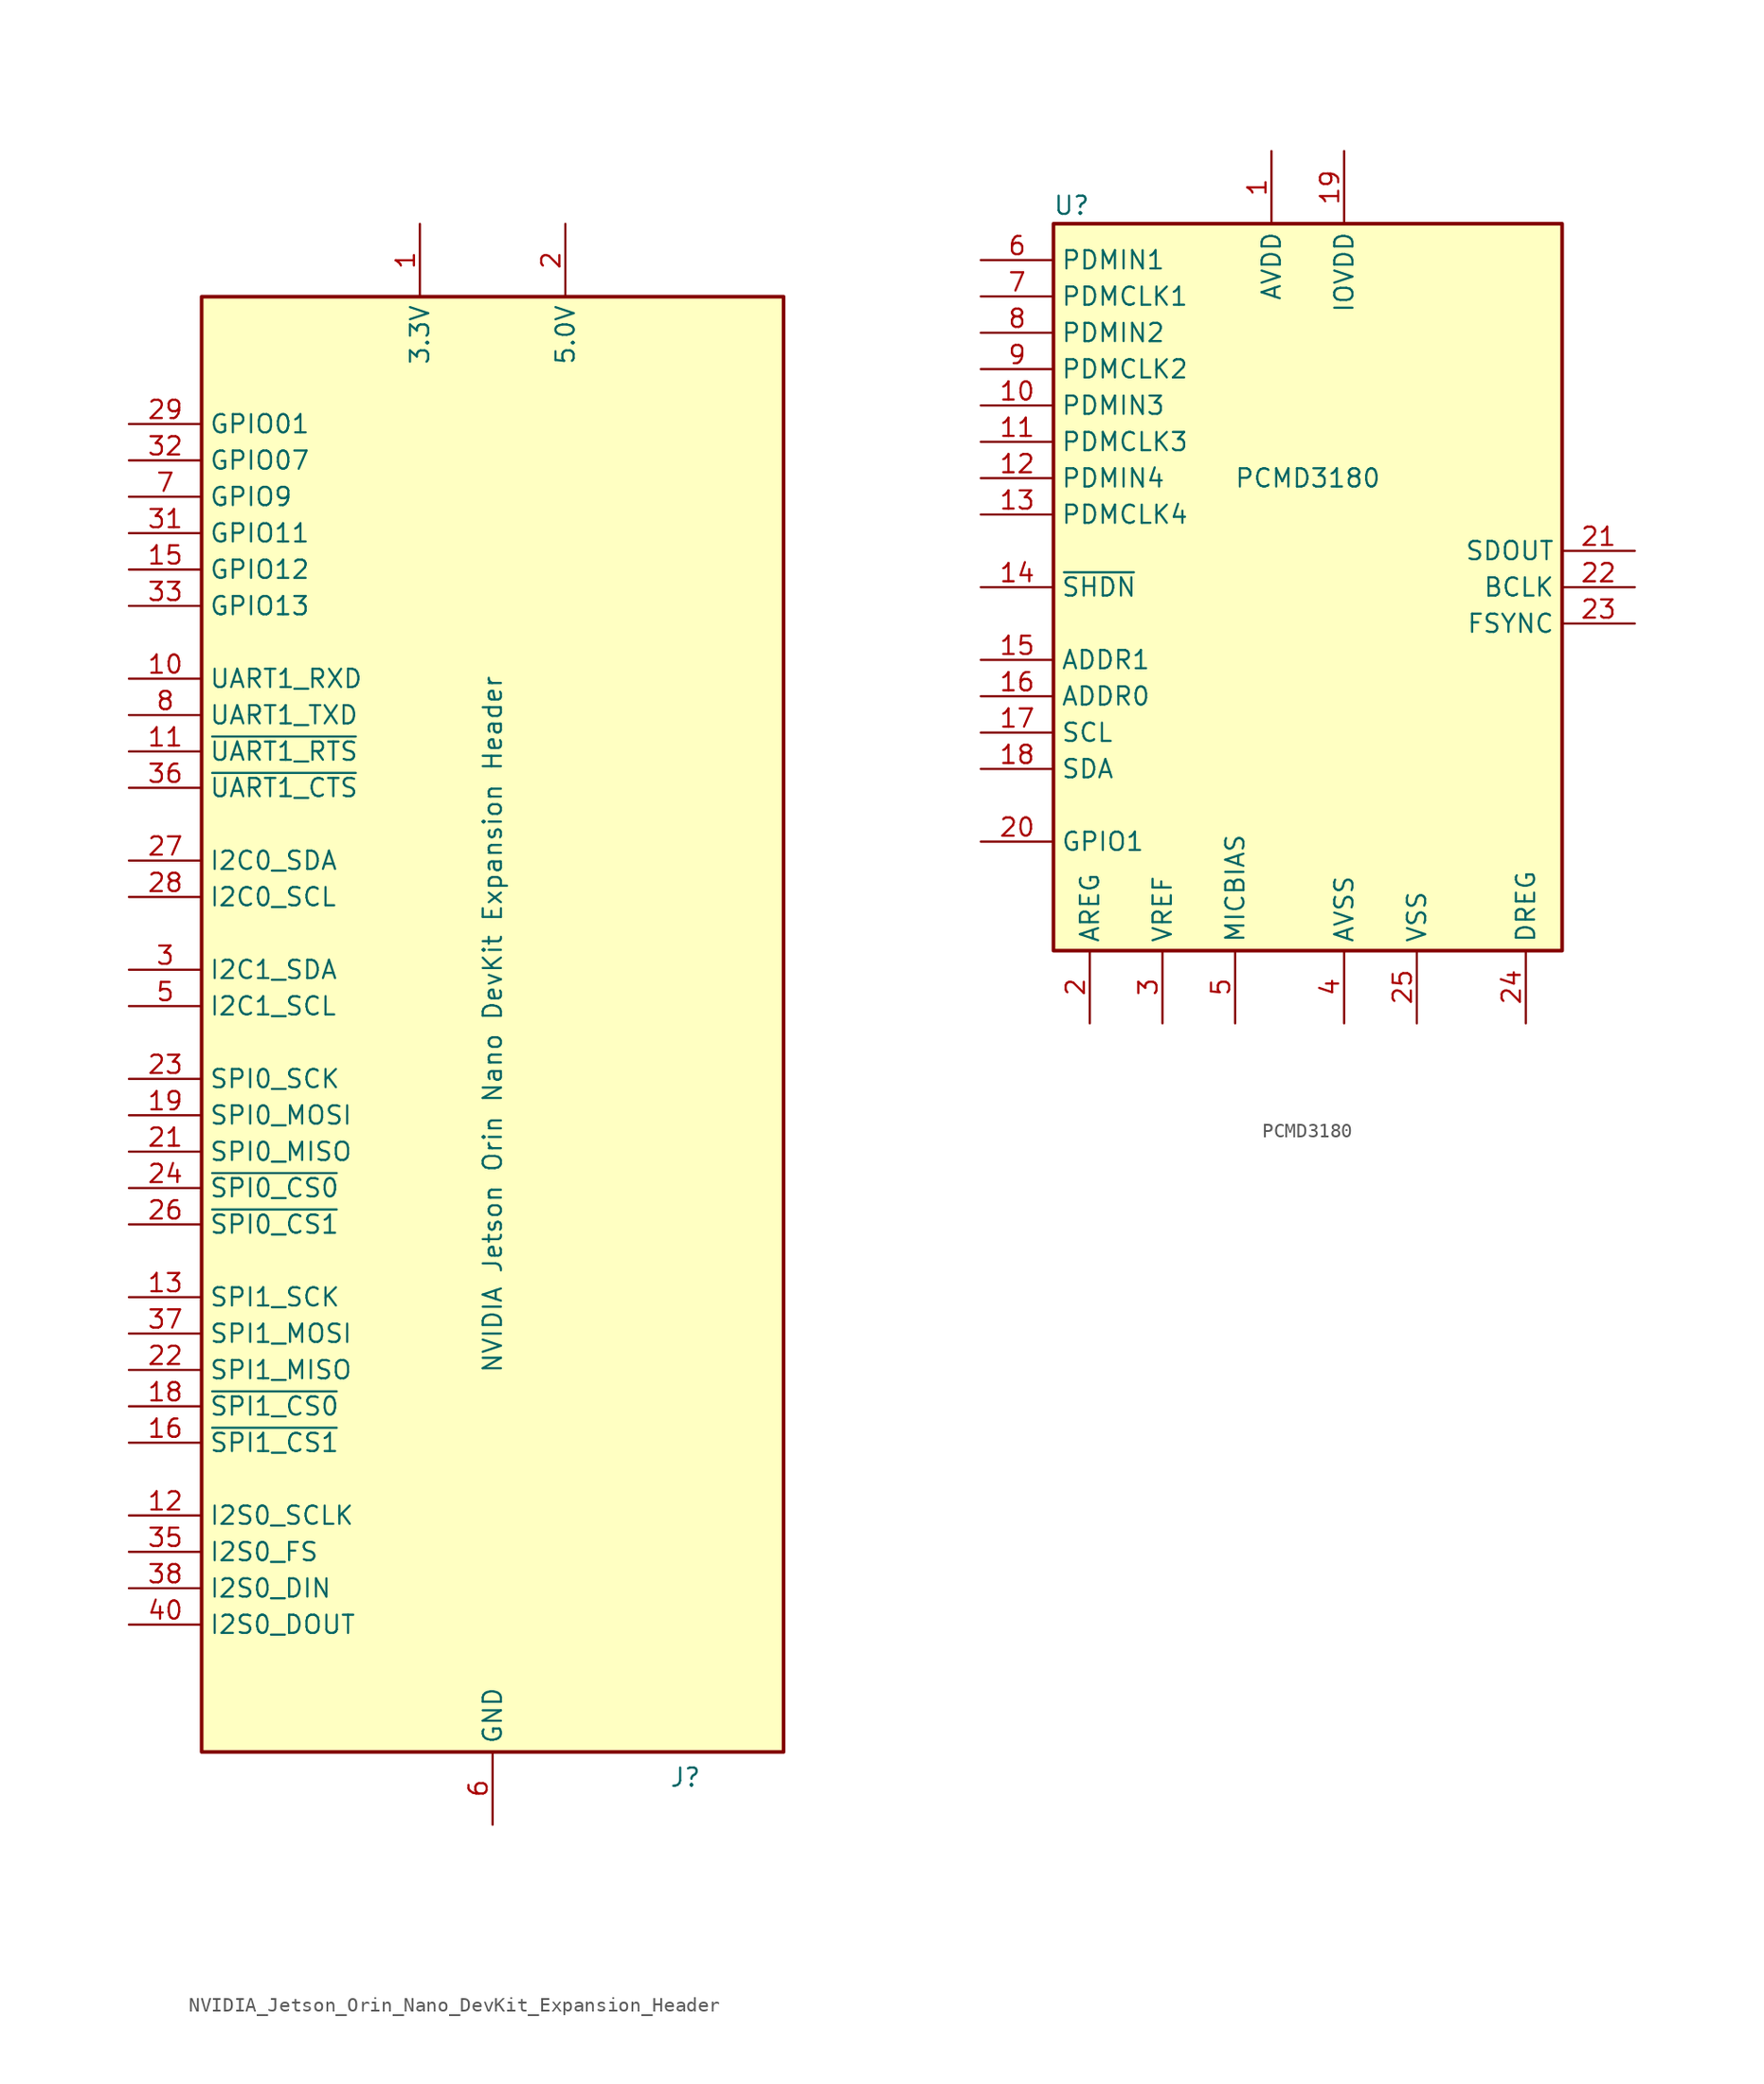
<source format=kicad_sym>
(kicad_symbol_lib
  (version 20241209)
  (generator "kicad_symbol_editor")
  (generator_version "9.0")
  (symbol "NVIDIA_Jetson_Orin_Nano_DevKit_Expansion_Header"
    (property "Reference" "J"
      (at 13.462 -52.578 0)
      (effects (font (size 1.27 1.27))))
    (property "Value" "NVIDIA Jetson Orin Nano DevKit Expansion Header"
      (at 0 0 90)
      (effects (font (size 1.27 1.27))))
    (symbol "NVIDIA_Jetson_Orin_Nano_DevKit_Expansion_Header_1_1"
      (rectangle (start -20.32 50.8) (end 20.32 -50.8) (stroke (width 0.254) (type solid)) (fill (type background)))
      (pin bidirectional line (at -25.4 41.91 0) (length 5.08) (name "GPIO01" (effects (font (size 1.27 1.27)))) (number "29" (effects (font (size 1.27 1.27)))))
      (pin bidirectional line (at -25.4 39.37 0) (length 5.08) (name "GPIO07" (effects (font (size 1.27 1.27)))) (number "32" (effects (font (size 1.27 1.27)))))
      (pin bidirectional line (at -25.4 36.83 0) (length 5.08) (name "GPIO9" (effects (font (size 1.27 1.27)))) (number "7" (effects (font (size 1.27 1.27)))))
      (pin bidirectional line (at -25.4 34.29 0) (length 5.08) (name "GPIO11" (effects (font (size 1.27 1.27)))) (number "31" (effects (font (size 1.27 1.27)))))
      (pin bidirectional line (at -25.4 31.75 0) (length 5.08) (name "GPIO12" (effects (font (size 1.27 1.27)))) (number "15" (effects (font (size 1.27 1.27)))))
      (pin bidirectional line (at -25.4 29.21 0) (length 5.08) (name "GPIO13" (effects (font (size 1.27 1.27)))) (number "33" (effects (font (size 1.27 1.27)))))
      (pin input line (at -25.4 24.13 0) (length 5.08) (name "UART1_RXD" (effects (font (size 1.27 1.27)))) (number "10" (effects (font (size 1.27 1.27)))))
      (pin output line (at -25.4 21.59 0) (length 5.08) (name "UART1_TXD" (effects (font (size 1.27 1.27)))) (number "8" (effects (font (size 1.27 1.27)))))
      (pin output line (at -25.4 19.05 0) (length 5.08) (name "~{UART1_RTS}" (effects (font (size 1.27 1.27)))) (number "11" (effects (font (size 1.27 1.27)))))
      (pin input line (at -25.4 16.51 0) (length 5.08) (name "~{UART1_CTS}" (effects (font (size 1.27 1.27)))) (number "36" (effects (font (size 1.27 1.27)))))
      (pin bidirectional line (at -25.4 11.43 0) (length 5.08) (name "I2C0_SDA" (effects (font (size 1.27 1.27)))) (number "27" (effects (font (size 1.27 1.27)))))
      (pin bidirectional line (at -25.4 8.89 0) (length 5.08) (name "I2C0_SCL" (effects (font (size 1.27 1.27)))) (number "28" (effects (font (size 1.27 1.27)))))
      (pin bidirectional line (at -25.4 3.81 0) (length 5.08) (name "I2C1_SDA" (effects (font (size 1.27 1.27)))) (number "3" (effects (font (size 1.27 1.27)))))
      (pin bidirectional line (at -25.4 1.27 0) (length 5.08) (name "I2C1_SCL" (effects (font (size 1.27 1.27)))) (number "5" (effects (font (size 1.27 1.27)))))
      (pin output line (at -25.4 -3.81 0) (length 5.08) (name "SPI0_SCK" (effects (font (size 1.27 1.27)))) (number "23" (effects (font (size 1.27 1.27)))))
      (pin output line (at -25.4 -6.35 0) (length 5.08) (name "SPI0_MOSI" (effects (font (size 1.27 1.27)))) (number "19" (effects (font (size 1.27 1.27)))))
      (pin input line (at -25.4 -8.89 0) (length 5.08) (name "SPI0_MISO" (effects (font (size 1.27 1.27)))) (number "21" (effects (font (size 1.27 1.27)))))
      (pin output line (at -25.4 -11.43 0) (length 5.08) (name "~{SPI0_CS0}" (effects (font (size 1.27 1.27)))) (number "24" (effects (font (size 1.27 1.27)))))
      (pin output line (at -25.4 -13.97 0) (length 5.08) (name "~{SPI0_CS1}" (effects (font (size 1.27 1.27)))) (number "26" (effects (font (size 1.27 1.27)))))
      (pin output line (at -25.4 -19.05 0) (length 5.08) (name "SPI1_SCK" (effects (font (size 1.27 1.27)))) (number "13" (effects (font (size 1.27 1.27)))))
      (pin input line (at -25.4 -21.59 0) (length 5.08) (name "SPI1_MOSI" (effects (font (size 1.27 1.27)))) (number "37" (effects (font (size 1.27 1.27)))))
      (pin input line (at -25.4 -24.13 0) (length 5.08) (name "SPI1_MISO" (effects (font (size 1.27 1.27)))) (number "22" (effects (font (size 1.27 1.27)))))
      (pin output line (at -25.4 -26.67 0) (length 5.08) (name "~{SPI1_CS0}" (effects (font (size 1.27 1.27)))) (number "18" (effects (font (size 1.27 1.27)))))
      (pin output line (at -25.4 -29.21 0) (length 5.08) (name "~{SPI1_CS1}" (effects (font (size 1.27 1.27)))) (number "16" (effects (font (size 1.27 1.27)))))
      (pin input line (at -25.4 -34.29 0) (length 5.08) (name "I2S0_SCLK" (effects (font (size 1.27 1.27)))) (number "12" (effects (font (size 1.27 1.27)))))
      (pin input line (at -25.4 -36.83 0) (length 5.08) (name "I2S0_FS" (effects (font (size 1.27 1.27)))) (number "35" (effects (font (size 1.27 1.27)))))
      (pin input line (at -25.4 -39.37 0) (length 5.08) (name "I2S0_DIN" (effects (font (size 1.27 1.27)))) (number "38" (effects (font (size 1.27 1.27)))))
      (pin output line (at -25.4 -41.91 0) (length 5.08) (name "I2S0_DOUT" (effects (font (size 1.27 1.27)))) (number "40" (effects (font (size 1.27 1.27)))))
      (pin power_out line (at -5.08 55.88 270) (length 5.08) (name "3.3V" (effects (font (size 1.27 1.27)))) (number "1" (effects (font (size 1.27 1.27)))))
      (pin power_out line (at -5.08 55.88 270) (length 5.08) (hide yes) (name "3.3V" (effects (font (size 1.27 1.27)))) (number "17" (effects (font (size 1.27 1.27)))))
      (pin power_out line (at 0 -55.88 90) (length 5.08) (hide yes) (name "GND" (effects (font (size 1.27 1.27)))) (number "14" (effects (font (size 1.27 1.27)))))
      (pin power_out line (at 0 -55.88 90) (length 5.08) (hide yes) (name "GND" (effects (font (size 1.27 1.27)))) (number "20" (effects (font (size 1.27 1.27)))))
      (pin power_out line (at 0 -55.88 90) (length 5.08) (hide yes) (name "GND" (effects (font (size 1.27 1.27)))) (number "25" (effects (font (size 1.27 1.27)))))
      (pin power_out line (at 0 -55.88 90) (length 5.08) (hide yes) (name "GND" (effects (font (size 1.27 1.27)))) (number "30" (effects (font (size 1.27 1.27)))))
      (pin power_out line (at 0 -55.88 90) (length 5.08) (hide yes) (name "GND" (effects (font (size 1.27 1.27)))) (number "34" (effects (font (size 1.27 1.27)))))
      (pin power_out line (at 0 -55.88 90) (length 5.08) (hide yes) (name "GND" (effects (font (size 1.27 1.27)))) (number "39" (effects (font (size 1.27 1.27)))))
      (pin power_out line (at 0 -55.88 90) (length 5.08) (name "GND" (effects (font (size 1.27 1.27)))) (number "6" (effects (font (size 1.27 1.27)))))
      (pin power_out line (at 0 -55.88 90) (length 5.08) (hide yes) (name "GND" (effects (font (size 1.27 1.27)))) (number "9" (effects (font (size 1.27 1.27)))))
      (pin power_out line (at 5.08 55.88 270) (length 5.08) (name "5.0V" (effects (font (size 1.27 1.27)))) (number "2" (effects (font (size 1.27 1.27)))))
      (pin power_out line (at 5.08 55.88 270) (length 5.08) (hide yes) (name "5.0V" (effects (font (size 1.27 1.27)))) (number "4" (effects (font (size 1.27 1.27)))))))
  (symbol "PCMD3180"
    (property "Reference" "U"
      (at -16.51 26.67 0)
      (effects (font (size 1.27 1.27))))
    (property "Value" "PCMD3180"
      (at 0 7.62 0)
      (effects (font (size 1.27 1.27))))
    (symbol "PCMD3180_1_1"
      (rectangle (start -17.78 25.4) (end 17.78 -25.4) (stroke (width 0.254) (type solid)) (fill (type background)))
      (pin input line (at -22.86 22.86 0) (length 5.08) (name "PDMIN1" (effects (font (size 1.27 1.27)))) (number "6" (effects (font (size 1.27 1.27)))) (alternate "GPI1" input line))
      (pin output line (at -22.86 20.32 0) (length 5.08) (name "PDMCLK1" (effects (font (size 1.27 1.27)))) (number "7" (effects (font (size 1.27 1.27)))) (alternate "GPO1" output line))
      (pin input line (at -22.86 17.78 0) (length 5.08) (name "PDMIN2" (effects (font (size 1.27 1.27)))) (number "8" (effects (font (size 1.27 1.27)))) (alternate "GPI2" input line))
      (pin output line (at -22.86 15.24 0) (length 5.08) (name "PDMCLK2" (effects (font (size 1.27 1.27)))) (number "9" (effects (font (size 1.27 1.27)))) (alternate "GPO2" output line))
      (pin input line (at -22.86 12.7 0) (length 5.08) (name "PDMIN3" (effects (font (size 1.27 1.27)))) (number "10" (effects (font (size 1.27 1.27)))) (alternate "GPI3" input line))
      (pin output line (at -22.86 10.16 0) (length 5.08) (name "PDMCLK3" (effects (font (size 1.27 1.27)))) (number "11" (effects (font (size 1.27 1.27)))) (alternate "GPO3" output line))
      (pin input line (at -22.86 7.62 0) (length 5.08) (name "PDMIN4" (effects (font (size 1.27 1.27)))) (number "12" (effects (font (size 1.27 1.27)))) (alternate "GPI4" input line))
      (pin output line (at -22.86 5.08 0) (length 5.08) (name "PDMCLK4" (effects (font (size 1.27 1.27)))) (number "13" (effects (font (size 1.27 1.27)))) (alternate "GPO4" output line))
      (pin input line (at -22.86 0 0) (length 5.08) (name "~{SHDN}" (effects (font (size 1.27 1.27)))) (number "14" (effects (font (size 1.27 1.27)))))
      (pin input line (at -22.86 -5.08 0) (length 5.08) (name "ADDR1" (effects (font (size 1.27 1.27)))) (number "15" (effects (font (size 1.27 1.27)))) (alternate "MISO" output line))
      (pin input line (at -22.86 -7.62 0) (length 5.08) (name "ADDR0" (effects (font (size 1.27 1.27)))) (number "16" (effects (font (size 1.27 1.27)))) (alternate "SCLK" input line))
      (pin input line (at -22.86 -10.16 0) (length 5.08) (name "SCL" (effects (font (size 1.27 1.27)))) (number "17" (effects (font (size 1.27 1.27)))) (alternate "MOSI" input line))
      (pin bidirectional line (at -22.86 -12.7 0) (length 5.08) (name "SDA" (effects (font (size 1.27 1.27)))) (number "18" (effects (font (size 1.27 1.27)))) (alternate "~{SS/CS}" input line))
      (pin bidirectional line (at -22.86 -17.78 0) (length 5.08) (name "GPIO1" (effects (font (size 1.27 1.27)))) (number "20" (effects (font (size 1.27 1.27)))))
      (pin power_out line (at -15.24 -30.48 90) (length 5.08) (name "AREG" (effects (font (size 1.27 1.27)))) (number "2" (effects (font (size 1.27 1.27)))))
      (pin input line (at -10.16 -30.48 90) (length 5.08) (name "VREF" (effects (font (size 1.27 1.27)))) (number "3" (effects (font (size 1.27 1.27)))))
      (pin passive line (at -5.08 -30.48 90) (length 5.08) (name "MICBIAS" (effects (font (size 1.27 1.27)))) (number "5" (effects (font (size 1.27 1.27)))))
      (pin power_in line (at -2.54 30.48 270) (length 5.08) (name "AVDD" (effects (font (size 1.27 1.27)))) (number "1" (effects (font (size 1.27 1.27)))))
      (pin power_in line (at 2.54 30.48 270) (length 5.08) (name "IOVDD" (effects (font (size 1.27 1.27)))) (number "19" (effects (font (size 1.27 1.27)))))
      (pin power_in line (at 2.54 -30.48 90) (length 5.08) (name "AVSS" (effects (font (size 1.27 1.27)))) (number "4" (effects (font (size 1.27 1.27)))))
      (pin power_in line (at 7.62 -30.48 90) (length 5.08) (name "VSS" (effects (font (size 1.27 1.27)))) (number "25" (effects (font (size 1.27 1.27)))))
      (pin power_in line (at 15.24 -30.48 90) (length 5.08) (name "DREG" (effects (font (size 1.27 1.27)))) (number "24" (effects (font (size 1.27 1.27)))))
      (pin output line (at 22.86 2.54 180) (length 5.08) (name "SDOUT" (effects (font (size 1.27 1.27)))) (number "21" (effects (font (size 1.27 1.27)))))
      (pin bidirectional line (at 22.86 0 180) (length 5.08) (name "BCLK" (effects (font (size 1.27 1.27)))) (number "22" (effects (font (size 1.27 1.27)))))
      (pin bidirectional line (at 22.86 -2.54 180) (length 5.08) (name "FSYNC" (effects (font (size 1.27 1.27)))) (number "23" (effects (font (size 1.27 1.27))))))))
</source>
